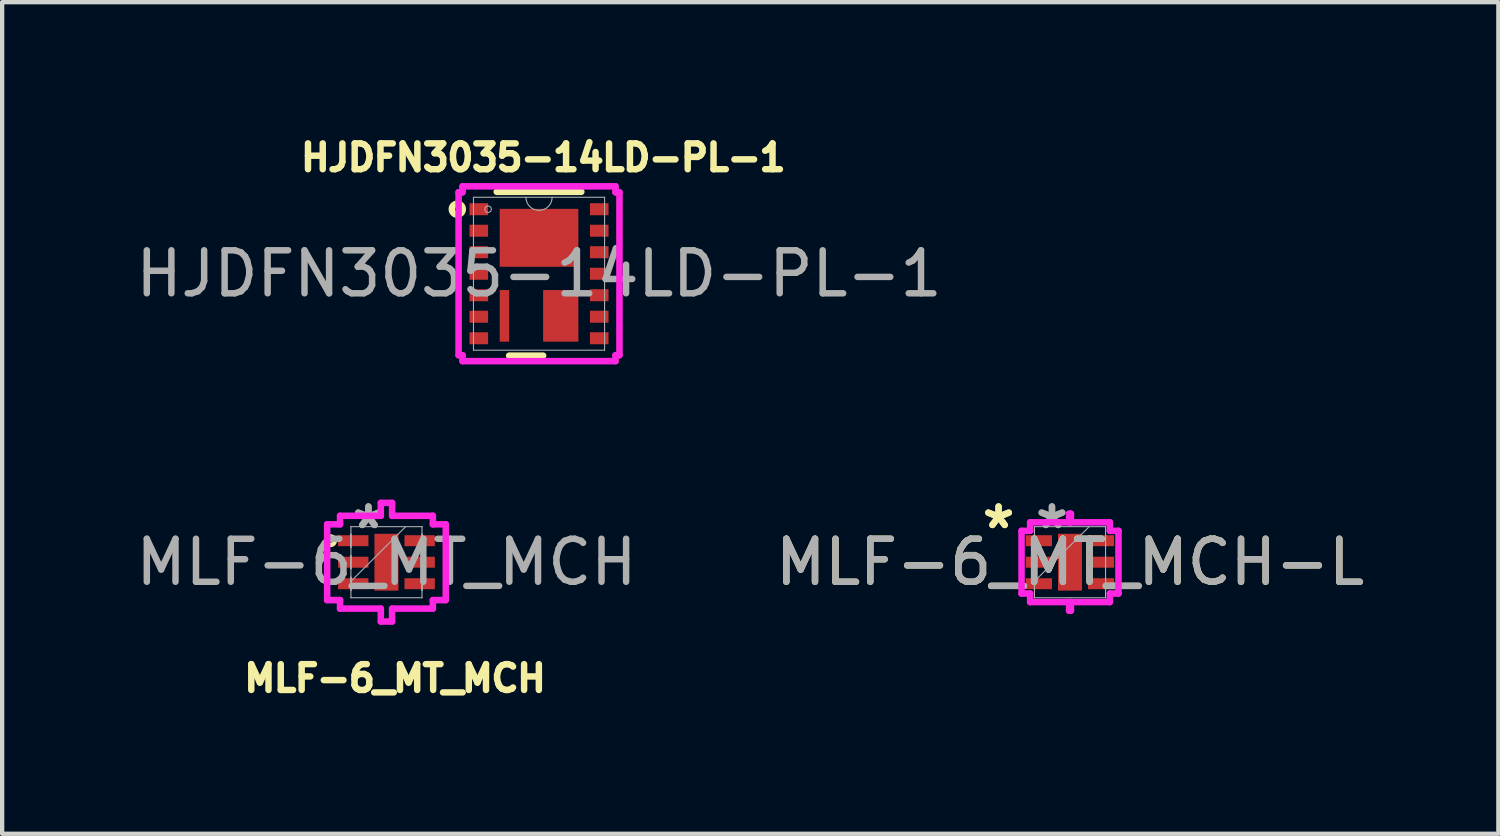
<source format=kicad_pcb>
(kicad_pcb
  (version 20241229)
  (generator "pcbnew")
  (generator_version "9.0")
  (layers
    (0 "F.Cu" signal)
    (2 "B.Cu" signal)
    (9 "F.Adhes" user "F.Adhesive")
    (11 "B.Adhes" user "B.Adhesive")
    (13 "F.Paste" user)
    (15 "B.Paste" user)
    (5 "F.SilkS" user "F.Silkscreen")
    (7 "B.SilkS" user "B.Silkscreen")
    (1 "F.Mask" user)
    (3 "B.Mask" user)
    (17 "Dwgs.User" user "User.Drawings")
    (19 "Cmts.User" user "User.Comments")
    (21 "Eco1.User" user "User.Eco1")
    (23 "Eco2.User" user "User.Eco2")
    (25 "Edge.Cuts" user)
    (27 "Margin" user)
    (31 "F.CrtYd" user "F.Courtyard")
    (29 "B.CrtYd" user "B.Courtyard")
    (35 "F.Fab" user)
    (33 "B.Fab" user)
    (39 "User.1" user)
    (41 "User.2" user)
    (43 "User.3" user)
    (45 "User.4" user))
  (footprint "MLF-6_MT_MCH-L"
    (layer "F.Cu")
    (at 21.827 10.021)
    (property "Reference" "MLF-6_MT_MCH-L" (at 0 0 0) (unlocked yes) (layer "F.SilkS") (effects (font (size 1 1) (thickness 0.15))))
    (attr smd)
    (fp_line (start -1.127 -0.729) (end -0.927 -0.729) (stroke (width 0.152) (type solid)) (layer "F.CrtYd"))
    (fp_line (start -1.127 0.729) (end -1.127 -0.729) (stroke (width 0.152) (type solid)) (layer "F.CrtYd"))
    (fp_line (start -0.927 -0.927) (end 0.021 -0.927) (stroke (width 0.152) (type solid)) (layer "F.CrtYd"))
    (fp_line (start -0.927 -0.729) (end -0.927 -0.927) (stroke (width 0.152) (type solid)) (layer "F.CrtYd"))
    (fp_line (start -0.927 0.729) (end -1.127 0.729) (stroke (width 0.152) (type solid)) (layer "F.CrtYd"))
    (fp_line (start -0.927 0.927) (end -0.927 0.729) (stroke (width 0.152) (type solid)) (layer "F.CrtYd"))
    (fp_line (start -0.021 -1.127) (end -0.021 -0.927) (stroke (width 0.152) (type solid)) (layer "F.CrtYd"))
    (fp_line (start -0.021 -0.927) (end 0.927 -0.927) (stroke (width 0.152) (type solid)) (layer "F.CrtYd"))
    (fp_line (start -0.021 0.927) (end -0.021 1.127) (stroke (width 0.152) (type solid)) (layer "F.CrtYd"))
    (fp_line (start -0.021 1.127) (end 0.021 1.127) (stroke (width 0.152) (type solid)) (layer "F.CrtYd"))
    (fp_line (start 0.021 -1.127) (end -0.021 -1.127) (stroke (width 0.152) (type solid)) (layer "F.CrtYd"))
    (fp_line (start 0.021 -0.927) (end 0.021 -1.127) (stroke (width 0.152) (type solid)) (layer "F.CrtYd"))
    (fp_line (start 0.021 0.927) (end -0.927 0.927) (stroke (width 0.152) (type solid)) (layer "F.CrtYd"))
    (fp_line (start 0.021 1.127) (end 0.021 0.927) (stroke (width 0.152) (type solid)) (layer "F.CrtYd"))
    (fp_line (start 0.927 -0.927) (end 0.927 -0.729) (stroke (width 0.152) (type solid)) (layer "F.CrtYd"))
    (fp_line (start 0.927 -0.729) (end 1.127 -0.729) (stroke (width 0.152) (type solid)) (layer "F.CrtYd"))
    (fp_line (start 0.927 0.729) (end 0.927 0.927) (stroke (width 0.152) (type solid)) (layer "F.CrtYd"))
    (fp_line (start 0.927 0.927) (end -0.021 0.927) (stroke (width 0.152) (type solid)) (layer "F.CrtYd"))
    (fp_line (start 1.127 -0.729) (end 1.127 0.729) (stroke (width 0.152) (type solid)) (layer "F.CrtYd"))
    (fp_line (start 1.127 0.729) (end 0.927 0.729) (stroke (width 0.152) (type solid)) (layer "F.CrtYd"))
    (fp_line (start -0.826 -0.826) (end -0.826 -0.826) (stroke (width 0.025) (type solid)) (layer "F.Fab"))
    (fp_line (start -0.826 -0.826) (end -0.826 0.826) (stroke (width 0.025) (type solid)) (layer "F.Fab"))
    (fp_line (start -0.826 -0.652) (end -0.826 -0.652) (stroke (width 0.025) (type solid)) (layer "F.Fab"))
    (fp_line (start -0.826 -0.652) (end -0.826 -0.348) (stroke (width 0.025) (type solid)) (layer "F.Fab"))
    (fp_line (start -0.826 -0.348) (end -0.826 -0.652) (stroke (width 0.025) (type solid)) (layer "F.Fab"))
    (fp_line (start -0.826 -0.348) (end -0.826 -0.348) (stroke (width 0.025) (type solid)) (layer "F.Fab"))
    (fp_line (start -0.826 -0.152) (end -0.826 -0.152) (stroke (width 0.025) (type solid)) (layer "F.Fab"))
    (fp_line (start -0.826 -0.152) (end -0.826 0.152) (stroke (width 0.025) (type solid)) (layer "F.Fab"))
    (fp_line (start -0.826 0.152) (end -0.826 -0.152) (stroke (width 0.025) (type solid)) (layer "F.Fab"))
    (fp_line (start -0.826 0.152) (end -0.826 0.152) (stroke (width 0.025) (type solid)) (layer "F.Fab"))
    (fp_line (start -0.826 0.348) (end -0.826 0.348) (stroke (width 0.025) (type solid)) (layer "F.Fab"))
    (fp_line (start -0.826 0.348) (end -0.826 0.652) (stroke (width 0.025) (type solid)) (layer "F.Fab"))
    (fp_line (start -0.826 0.445) (end 0.445 -0.826) (stroke (width 0.025) (type solid)) (layer "F.Fab"))
    (fp_line (start -0.826 0.652) (end -0.826 0.348) (stroke (width 0.025) (type solid)) (layer "F.Fab"))
    (fp_line (start -0.826 0.652) (end -0.826 0.652) (stroke (width 0.025) (type solid)) (layer "F.Fab"))
    (fp_line (start -0.826 0.826) (end -0.826 0.826) (stroke (width 0.025) (type solid)) (layer "F.Fab"))
    (fp_line (start -0.826 0.826) (end 0.826 0.826) (stroke (width 0.025) (type solid)) (layer "F.Fab"))
    (fp_line (start 0.826 -0.826) (end -0.826 -0.826) (stroke (width 0.025) (type solid)) (layer "F.Fab"))
    (fp_line (start 0.826 -0.826) (end 0.826 -0.826) (stroke (width 0.025) (type solid)) (layer "F.Fab"))
    (fp_line (start 0.826 -0.652) (end 0.826 -0.652) (stroke (width 0.025) (type solid)) (layer "F.Fab"))
    (fp_line (start 0.826 -0.652) (end 0.826 -0.348) (stroke (width 0.025) (type solid)) (layer "F.Fab"))
    (fp_line (start 0.826 -0.348) (end 0.826 -0.652) (stroke (width 0.025) (type solid)) (layer "F.Fab"))
    (fp_line (start 0.826 -0.348) (end 0.826 -0.348) (stroke (width 0.025) (type solid)) (layer "F.Fab"))
    (fp_line (start 0.826 -0.152) (end 0.826 -0.152) (stroke (width 0.025) (type solid)) (layer "F.Fab"))
    (fp_line (start 0.826 -0.152) (end 0.826 0.152) (stroke (width 0.025) (type solid)) (layer "F.Fab"))
    (fp_line (start 0.826 0.152) (end 0.826 -0.152) (stroke (width 0.025) (type solid)) (layer "F.Fab"))
    (fp_line (start 0.826 0.152) (end 0.826 0.152) (stroke (width 0.025) (type solid)) (layer "F.Fab"))
    (fp_line (start 0.826 0.348) (end 0.826 0.348) (stroke (width 0.025) (type solid)) (layer "F.Fab"))
    (fp_line (start 0.826 0.348) (end 0.826 0.652) (stroke (width 0.025) (type solid)) (layer "F.Fab"))
    (fp_line (start 0.826 0.652) (end 0.826 0.348) (stroke (width 0.025) (type solid)) (layer "F.Fab"))
    (fp_line (start 0.826 0.652) (end 0.826 0.652) (stroke (width 0.025) (type solid)) (layer "F.Fab"))
    (fp_line (start 0.826 0.826) (end 0.826 -0.826) (stroke (width 0.025) (type solid)) (layer "F.Fab"))
    (fp_line (start 0.826 0.826) (end 0.826 0.826) (stroke (width 0.025) (type solid)) (layer "F.Fab"))
    (fp_text user "*" (at -1.661 -0.75 0) (unlocked yes) (layer "F.SilkS") (effects (font (size 1 1) (thickness 0.15))))
    (fp_text user "*" (at -1.661 -0.75 0) (layer "F.SilkS") (effects (font (size 1 1) (thickness 0.15))))
    (fp_text user "${REFERENCE}" (at 0 0 0) (unlocked yes) (layer "F.Fab") (effects (font (size 1 1) (thickness 0.15))))
    (fp_text user "*" (at -0.419 -0.75 0) (layer "F.Fab") (effects (font (size 1 1) (thickness 0.15))))
    (fp_text user "*" (at -0.419 -0.75 0) (unlocked yes) (layer "F.Fab") (effects (font (size 1 1) (thickness 0.15))))
    (pad "1" smd rect (at -0.722 -0.5 90) (size 0.255 0.606) (layers "F.Cu" "F.Mask" "F.Paste"))
    (pad "2" smd rect (at -0.722 0 90) (size 0.255 0.606) (layers "F.Cu" "F.Mask" "F.Paste"))
    (pad "3" smd rect (at -0.722 0.5 90) (size 0.255 0.606) (layers "F.Cu" "F.Mask" "F.Paste"))
    (pad "4" smd rect (at 0.722 0.5 90) (size 0.255 0.606) (layers "F.Cu" "F.Mask" "F.Paste"))
    (pad "5" smd rect (at 0.722 0 90) (size 0.255 0.606) (layers "F.Cu" "F.Mask" "F.Paste"))
    (pad "6" smd rect (at 0.722 -0.5 90) (size 0.255 0.606) (layers "F.Cu" "F.Mask" "F.Paste"))
    (pad "7" smd rect (at 0 0) (size 0.559 1.321) (layers "F.Cu" "F.Mask" "F.Paste")))
  (footprint "MLF-6_MT_MCH"
    (layer "F.Cu")
    (at 5.935 10.021)
    (property "Reference" "MLF-6_MT_MCH" (at 0.2 2.7 0) (unlocked yes) (layer "F.SilkS") (effects (font (size 0.6 0.6) (thickness 0.15))))
    (attr smd)
    (fp_circle (center -1.3 -0.5) (end -1.2 -0.5) (stroke (width 0.1) (type default)) (fill no) (layer "F.SilkS"))
    (fp_line (start -1.379 -0.881) (end -1.079 -0.881) (stroke (width 0.152) (type solid)) (layer "F.CrtYd"))
    (fp_line (start -1.379 0.881) (end -1.379 -0.881) (stroke (width 0.152) (type solid)) (layer "F.CrtYd"))
    (fp_line (start -1.079 -1.079) (end -0.131 -1.079) (stroke (width 0.152) (type solid)) (layer "F.CrtYd"))
    (fp_line (start -1.079 -0.881) (end -1.079 -1.079) (stroke (width 0.152) (type solid)) (layer "F.CrtYd"))
    (fp_line (start -1.079 0.881) (end -1.379 0.881) (stroke (width 0.152) (type solid)) (layer "F.CrtYd"))
    (fp_line (start -1.079 1.079) (end -1.079 0.881) (stroke (width 0.152) (type solid)) (layer "F.CrtYd"))
    (fp_line (start -0.131 -1.379) (end 0.131 -1.379) (stroke (width 0.152) (type solid)) (layer "F.CrtYd"))
    (fp_line (start -0.131 -1.079) (end -0.131 -1.379) (stroke (width 0.152) (type solid)) (layer "F.CrtYd"))
    (fp_line (start -0.131 1.079) (end -1.079 1.079) (stroke (width 0.152) (type solid)) (layer "F.CrtYd"))
    (fp_line (start -0.131 1.379) (end -0.131 1.079) (stroke (width 0.152) (type solid)) (layer "F.CrtYd"))
    (fp_line (start 0.131 -1.379) (end 0.131 -1.079) (stroke (width 0.152) (type solid)) (layer "F.CrtYd"))
    (fp_line (start 0.131 -1.079) (end 1.079 -1.079) (stroke (width 0.152) (type solid)) (layer "F.CrtYd"))
    (fp_line (start 0.131 1.079) (end 0.131 1.379) (stroke (width 0.152) (type solid)) (layer "F.CrtYd"))
    (fp_line (start 0.131 1.379) (end -0.131 1.379) (stroke (width 0.152) (type solid)) (layer "F.CrtYd"))
    (fp_line (start 1.079 -1.079) (end 1.079 -0.881) (stroke (width 0.152) (type solid)) (layer "F.CrtYd"))
    (fp_line (start 1.079 -0.881) (end 1.379 -0.881) (stroke (width 0.152) (type solid)) (layer "F.CrtYd"))
    (fp_line (start 1.079 0.881) (end 1.079 1.079) (stroke (width 0.152) (type solid)) (layer "F.CrtYd"))
    (fp_line (start 1.079 1.079) (end 0.131 1.079) (stroke (width 0.152) (type solid)) (layer "F.CrtYd"))
    (fp_line (start 1.379 -0.881) (end 1.379 0.881) (stroke (width 0.152) (type solid)) (layer "F.CrtYd"))
    (fp_line (start 1.379 0.881) (end 1.079 0.881) (stroke (width 0.152) (type solid)) (layer "F.CrtYd"))
    (fp_line (start -0.826 -0.826) (end -0.826 -0.826) (stroke (width 0.025) (type solid)) (layer "F.Fab"))
    (fp_line (start -0.826 -0.826) (end -0.826 0.826) (stroke (width 0.025) (type solid)) (layer "F.Fab"))
    (fp_line (start -0.826 -0.652) (end -0.826 -0.652) (stroke (width 0.025) (type solid)) (layer "F.Fab"))
    (fp_line (start -0.826 -0.652) (end -0.826 -0.348) (stroke (width 0.025) (type solid)) (layer "F.Fab"))
    (fp_line (start -0.826 -0.348) (end -0.826 -0.652) (stroke (width 0.025) (type solid)) (layer "F.Fab"))
    (fp_line (start -0.826 -0.348) (end -0.826 -0.348) (stroke (width 0.025) (type solid)) (layer "F.Fab"))
    (fp_line (start -0.826 -0.152) (end -0.826 -0.152) (stroke (width 0.025) (type solid)) (layer "F.Fab"))
    (fp_line (start -0.826 -0.152) (end -0.826 0.152) (stroke (width 0.025) (type solid)) (layer "F.Fab"))
    (fp_line (start -0.826 0.152) (end -0.826 -0.152) (stroke (width 0.025) (type solid)) (layer "F.Fab"))
    (fp_line (start -0.826 0.152) (end -0.826 0.152) (stroke (width 0.025) (type solid)) (layer "F.Fab"))
    (fp_line (start -0.826 0.348) (end -0.826 0.348) (stroke (width 0.025) (type solid)) (layer "F.Fab"))
    (fp_line (start -0.826 0.348) (end -0.826 0.652) (stroke (width 0.025) (type solid)) (layer "F.Fab"))
    (fp_line (start -0.826 0.445) (end 0.445 -0.826) (stroke (width 0.025) (type solid)) (layer "F.Fab"))
    (fp_line (start -0.826 0.652) (end -0.826 0.348) (stroke (width 0.025) (type solid)) (layer "F.Fab"))
    (fp_line (start -0.826 0.652) (end -0.826 0.652) (stroke (width 0.025) (type solid)) (layer "F.Fab"))
    (fp_line (start -0.826 0.826) (end -0.826 0.826) (stroke (width 0.025) (type solid)) (layer "F.Fab"))
    (fp_line (start -0.826 0.826) (end 0.826 0.826) (stroke (width 0.025) (type solid)) (layer "F.Fab"))
    (fp_line (start 0.826 -0.826) (end -0.826 -0.826) (stroke (width 0.025) (type solid)) (layer "F.Fab"))
    (fp_line (start 0.826 -0.826) (end 0.826 -0.826) (stroke (width 0.025) (type solid)) (layer "F.Fab"))
    (fp_line (start 0.826 -0.652) (end 0.826 -0.652) (stroke (width 0.025) (type solid)) (layer "F.Fab"))
    (fp_line (start 0.826 -0.652) (end 0.826 -0.348) (stroke (width 0.025) (type solid)) (layer "F.Fab"))
    (fp_line (start 0.826 -0.348) (end 0.826 -0.652) (stroke (width 0.025) (type solid)) (layer "F.Fab"))
    (fp_line (start 0.826 -0.348) (end 0.826 -0.348) (stroke (width 0.025) (type solid)) (layer "F.Fab"))
    (fp_line (start 0.826 -0.152) (end 0.826 -0.152) (stroke (width 0.025) (type solid)) (layer "F.Fab"))
    (fp_line (start 0.826 -0.152) (end 0.826 0.152) (stroke (width 0.025) (type solid)) (layer "F.Fab"))
    (fp_line (start 0.826 0.152) (end 0.826 -0.152) (stroke (width 0.025) (type solid)) (layer "F.Fab"))
    (fp_line (start 0.826 0.152) (end 0.826 0.152) (stroke (width 0.025) (type solid)) (layer "F.Fab"))
    (fp_line (start 0.826 0.348) (end 0.826 0.348) (stroke (width 0.025) (type solid)) (layer "F.Fab"))
    (fp_line (start 0.826 0.348) (end 0.826 0.652) (stroke (width 0.025) (type solid)) (layer "F.Fab"))
    (fp_line (start 0.826 0.652) (end 0.826 0.348) (stroke (width 0.025) (type solid)) (layer "F.Fab"))
    (fp_line (start 0.826 0.652) (end 0.826 0.652) (stroke (width 0.025) (type solid)) (layer "F.Fab"))
    (fp_line (start 0.826 0.826) (end 0.826 -0.826) (stroke (width 0.025) (type solid)) (layer "F.Fab"))
    (fp_line (start 0.826 0.826) (end 0.826 0.826) (stroke (width 0.025) (type solid)) (layer "F.Fab"))
    (fp_text user "*" (at -0.419 -0.75 0) (layer "F.Fab") (effects (font (size 1 1) (thickness 0.15))))
    (fp_text user "*" (at -0.419 -0.75 0) (unlocked yes) (layer "F.Fab") (effects (font (size 1 1) (thickness 0.15))))
    (fp_text user "${REFERENCE}" (at 0 0 0) (unlocked yes) (layer "F.Fab") (effects (font (size 1 1) (thickness 0.15))))
    (pad "1" smd rect (at -0.772 -0.5 90) (size 0.255 0.706) (layers "F.Cu" "F.Mask" "F.Paste"))
    (pad "2" smd rect (at -0.772 0 90) (size 0.255 0.706) (layers "F.Cu" "F.Mask" "F.Paste"))
    (pad "3" smd rect (at -0.772 0.5 90) (size 0.255 0.706) (layers "F.Cu" "F.Mask" "F.Paste"))
    (pad "4" smd rect (at 0.772 0.5 90) (size 0.255 0.706) (layers "F.Cu" "F.Mask" "F.Paste"))
    (pad "5" smd rect (at 0.772 0 90) (size 0.255 0.706) (layers "F.Cu" "F.Mask" "F.Paste"))
    (pad "6" smd rect (at 0.772 -0.5 90) (size 0.255 0.706) (layers "F.Cu" "F.Mask" "F.Paste"))
    (pad "7" smd rect (at 0 0) (size 0.559 1.321) (layers "F.Cu" "F.Mask" "F.Paste")))
  (footprint "HJDFN3035-14LD-PL-1"
    (layer "F.Cu")
    (at 9.482 3.314)
    (property "Reference" "HJDFN3035-14LD-PL-1" (at 0.1 -2.7 0) (unlocked yes) (layer "F.SilkS") (effects (font (size 0.6 0.6) (thickness 0.15))))
    (attr smd)
    (fp_poly (pts (xy -0.914 0.38) (xy -0.694 0.38) (xy -0.694 1.58) (xy -0.914 1.58)) (stroke (width 0) (type solid)) (fill yes) (layer "F.Cu"))
    (fp_poly (pts (xy 0.095 0.38) (xy 0.915 0.38) (xy 0.915 1.58) (xy 0.095 1.58)) (stroke (width 0) (type solid)) (fill yes) (layer "F.Cu"))
    (fp_poly (pts (xy -0.914 0.38) (xy -0.694 0.38) (xy -0.694 1.58) (xy -0.914 1.58)) (stroke (width 0) (type solid)) (fill yes) (layer "F.Mask"))
    (fp_poly (pts (xy 0.095 0.38) (xy 0.915 0.38) (xy 0.915 1.58) (xy 0.095 1.58)) (stroke (width 0) (type solid)) (fill yes) (layer "F.Mask"))
    (fp_line (start -0.983 -1.905) (end 0.983 -1.905) (stroke (width 0.152) (type solid)) (layer "F.SilkS"))
    (fp_line (start 0.095 1.905) (end -0.694 1.905) (stroke (width 0.152) (type solid)) (layer "F.SilkS"))
    (fp_circle (center -1.9 -1.5) (end -1.773 -1.5) (stroke (width 0.152) (type solid)) (fill no) (layer "F.SilkS"))
    (fp_poly (pts (xy -0.914 0.38) (xy -0.694 0.38) (xy -0.694 1.58) (xy -0.914 1.58)) (stroke (width 0) (type solid)) (fill yes) (layer "F.Paste"))
    (fp_poly (pts (xy 0.095 0.38) (xy 0.915 0.38) (xy 0.915 1.58) (xy 0.095 1.58)) (stroke (width 0) (type solid)) (fill yes) (layer "F.Paste"))
    (fp_line (start -1.87 -1.894) (end -1.87 1.894) (stroke (width 0.152) (type solid)) (layer "F.CrtYd"))
    (fp_line (start -1.87 1.894) (end -1.778 1.894) (stroke (width 0.152) (type solid)) (layer "F.CrtYd"))
    (fp_line (start -1.778 -2.032) (end -1.778 -1.894) (stroke (width 0.152) (type solid)) (layer "F.CrtYd"))
    (fp_line (start -1.778 -1.894) (end -1.87 -1.894) (stroke (width 0.152) (type solid)) (layer "F.CrtYd"))
    (fp_line (start -1.778 1.894) (end -1.778 2.032) (stroke (width 0.152) (type solid)) (layer "F.CrtYd"))
    (fp_line (start -1.778 2.032) (end 1.778 2.032) (stroke (width 0.152) (type solid)) (layer "F.CrtYd"))
    (fp_line (start 1.778 -2.032) (end -1.778 -2.032) (stroke (width 0.152) (type solid)) (layer "F.CrtYd"))
    (fp_line (start 1.778 -1.894) (end 1.778 -2.032) (stroke (width 0.152) (type solid)) (layer "F.CrtYd"))
    (fp_line (start 1.778 1.894) (end 1.87 1.894) (stroke (width 0.152) (type solid)) (layer "F.CrtYd"))
    (fp_line (start 1.778 2.032) (end 1.778 1.894) (stroke (width 0.152) (type solid)) (layer "F.CrtYd"))
    (fp_line (start 1.87 -1.894) (end 1.778 -1.894) (stroke (width 0.152) (type solid)) (layer "F.CrtYd"))
    (fp_line (start 1.87 1.894) (end 1.87 -1.894) (stroke (width 0.152) (type solid)) (layer "F.CrtYd"))
    (fp_line (start -1.524 -1.778) (end -1.524 1.778) (stroke (width 0.025) (type solid)) (layer "F.Fab"))
    (fp_line (start -1.524 1.778) (end 1.524 1.778) (stroke (width 0.025) (type solid)) (layer "F.Fab"))
    (fp_line (start 1.524 -1.778) (end -1.524 -1.778) (stroke (width 0.025) (type solid)) (layer "F.Fab"))
    (fp_line (start 1.524 1.778) (end 1.524 -1.778) (stroke (width 0.025) (type solid)) (layer "F.Fab"))
    (fp_arc (start 0.3048 -1.778) (mid 0 -1.4732) (end -0.3048 -1.778) (stroke (width 0.0254) (type solid)) (layer "F.Fab"))
    (fp_circle (center -1.184 -1.5) (end -1.108 -1.5) (stroke (width 0.025) (type solid)) (fill no) (layer "F.Fab"))
    (fp_text user "${REFERENCE}" (at 0 0 0) (unlocked yes) (layer "F.Fab") (effects (font (size 1 1) (thickness 0.15))))
    (pad "1" smd rect (at -1.4 -1.5) (size 0.432 0.279) (layers "F.Cu" "F.Mask" "F.Paste"))
    (pad "2" smd rect (at -1.4 -1) (size 0.432 0.279) (layers "F.Cu" "F.Mask" "F.Paste"))
    (pad "3" smd rect (at -1.4 -0.5) (size 0.432 0.279) (layers "F.Cu" "F.Mask" "F.Paste"))
    (pad "4" smd rect (at -1.4 0) (size 0.432 0.279) (layers "F.Cu" "F.Mask" "F.Paste"))
    (pad "5" smd rect (at -1.4 0.5) (size 0.432 0.279) (layers "F.Cu" "F.Mask" "F.Paste"))
    (pad "6" smd rect (at -1.4 1) (size 0.432 0.279) (layers "F.Cu" "F.Mask" "F.Paste"))
    (pad "7" smd rect (at -1.4 1.5) (size 0.432 0.279) (layers "F.Cu" "F.Mask" "F.Paste"))
    (pad "8" smd rect (at 1.4 1.5) (size 0.432 0.279) (layers "F.Cu" "F.Mask" "F.Paste"))
    (pad "9" smd rect (at 1.4 1) (size 0.432 0.279) (layers "F.Cu" "F.Mask" "F.Paste"))
    (pad "10" smd rect (at 1.4 0.5) (size 0.432 0.279) (layers "F.Cu" "F.Mask" "F.Paste"))
    (pad "11" smd rect (at 1.4 0) (size 0.432 0.279) (layers "F.Cu" "F.Mask" "F.Paste"))
    (pad "12" smd rect (at 1.4 -0.5) (size 0.432 0.279) (layers "F.Cu" "F.Mask" "F.Paste"))
    (pad "13" smd rect (at 1.4 -1) (size 0.432 0.279) (layers "F.Cu" "F.Mask" "F.Paste"))
    (pad "14" smd rect (at 1.4 -1.5) (size 0.432 0.279) (layers "F.Cu" "F.Mask" "F.Paste"))
    (pad "15" smd rect (at 0 -0.835) (size 1.829 1.346) (layers "F.Cu" "F.Mask" "F.Paste")))
  (gr_rect
    (start -3 -3)
    (end 31.786 16.335)
    (stroke (width 0.1) (type default))
    (fill no)
    (layer "Edge.Cuts")))
</source>
